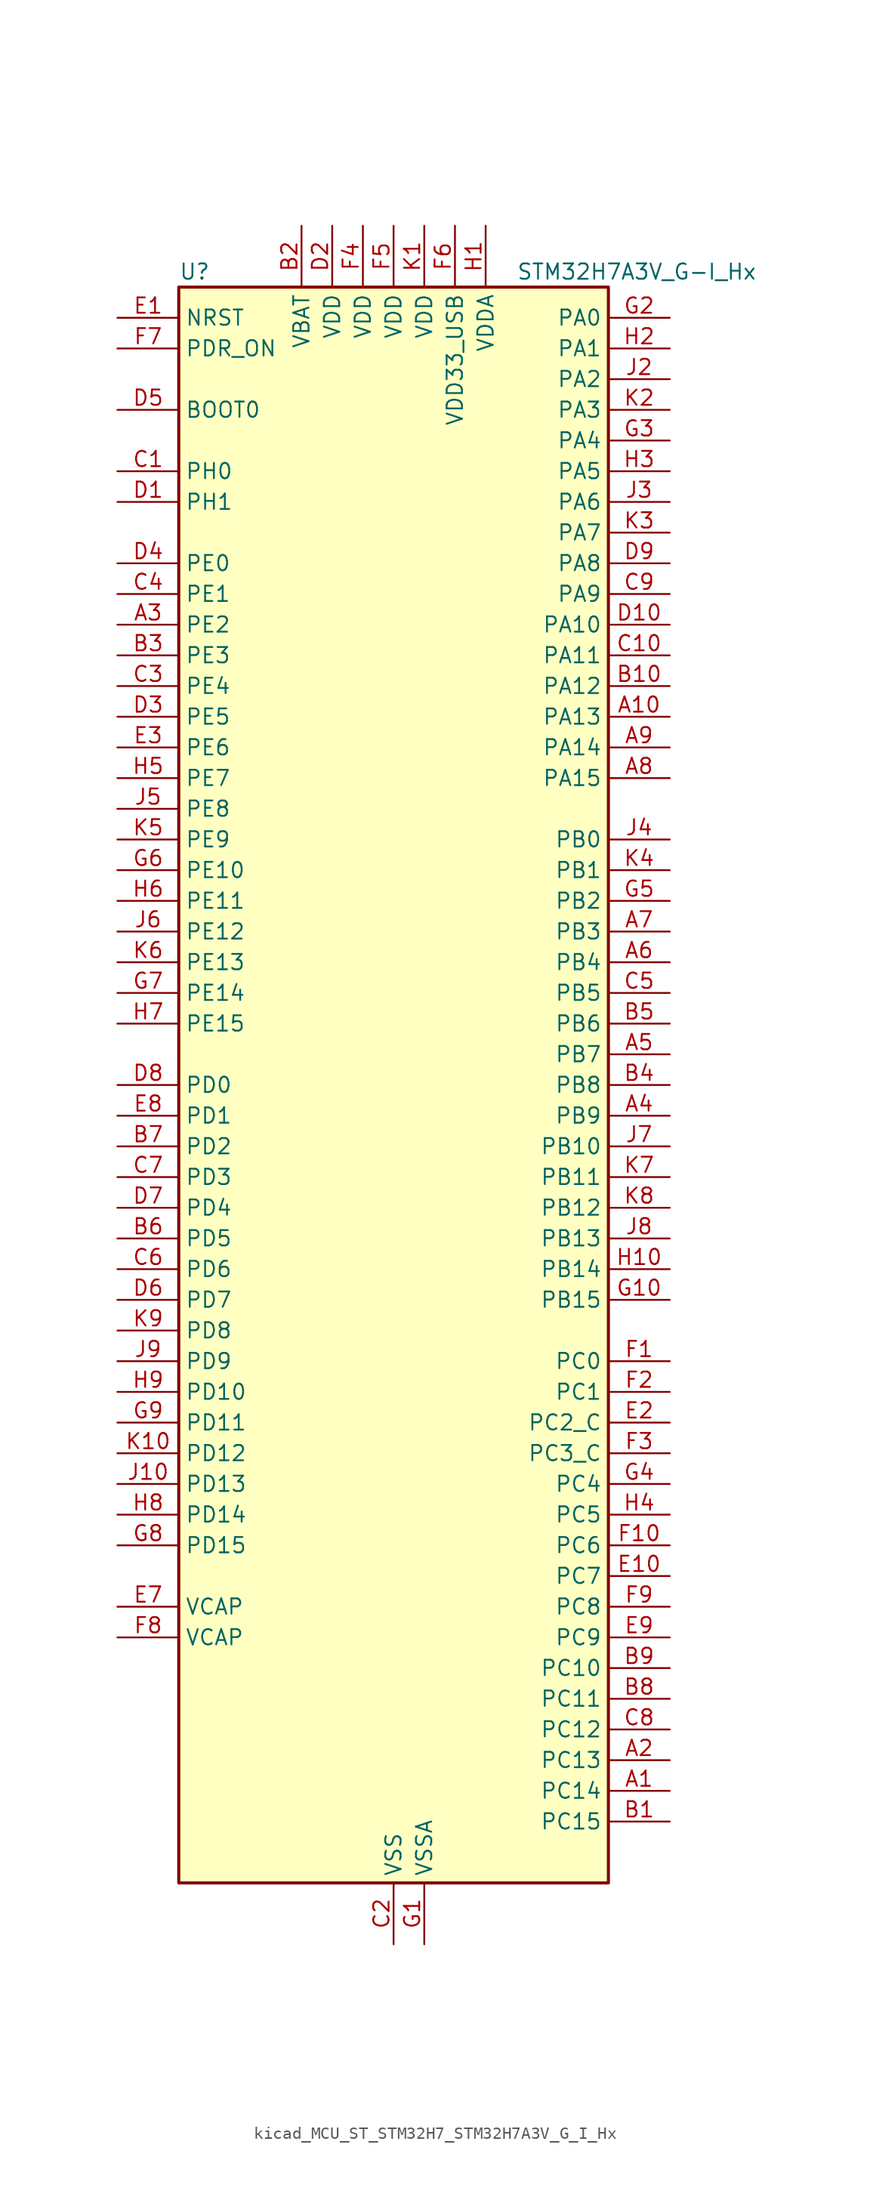
<source format=kicad_sym>
(kicad_symbol_lib
  (version 20220914)
  (generator kicad_symbol_editor)
  (symbol "kicad_MCU_ST_STM32H7_STM32H7A3V_G_I_Hx"
    (property "Reference" "U"
      (at -17.78 67.31 0)
      (effects (font (size 1.27 1.27)) (justify left)))
    (property "Value" "STM32H7A3V_G-I_Hx"
      (at 10.16 67.31 0)
      (effects (font (size 1.27 1.27)) (justify left)))
    (property "ki_locked" ""
      (at 0 0 0)
      (effects (font (size 1.27 1.27))))
    (symbol "kicad_MCU_ST_STM32H7_STM32H7A3V_G_I_Hx_0_1"
      (rectangle (start -17.78 -66.04) (end 17.78 66.04) (stroke (width 0.254) (type default)) (fill (type background))))
    (symbol "kicad_MCU_ST_STM32H7_STM32H7A3V_G_I_Hx_1_1"
      (pin bidirectional line (at 22.86 -58.42 180) (length 5.08) (name "PC14" (effects (font (size 1.27 1.27)))) (number "A1" (effects (font (size 1.27 1.27)))) (alternate "RCC_OSC32_IN" bidirectional line))
      (pin bidirectional line (at 22.86 30.48 180) (length 5.08) (name "PA13" (effects (font (size 1.27 1.27)))) (number "A10" (effects (font (size 1.27 1.27)))) (alternate "DEBUG_JTMS-SWDIO" bidirectional line))
      (pin bidirectional line (at 22.86 -55.88 180) (length 5.08) (name "PC13" (effects (font (size 1.27 1.27)))) (number "A2" (effects (font (size 1.27 1.27)))) (alternate "PWR_WKUP4" bidirectional line) (alternate "RTC_OUT_ALARM" bidirectional line) (alternate "RTC_OUT_CALIB" bidirectional line) (alternate "RTC_TAMP1" bidirectional line) (alternate "RTC_TS" bidirectional line))
      (pin bidirectional line (at -22.86 38.1 0) (length 5.08) (name "PE2" (effects (font (size 1.27 1.27)))) (number "A3" (effects (font (size 1.27 1.27)))) (alternate "DEBUG_TRACECLK" bidirectional line) (alternate "FMC_A23" bidirectional line) (alternate "OCTOSPIM_P1_IO2" bidirectional line) (alternate "SAI1_CK1" bidirectional line) (alternate "SAI1_MCLK_A" bidirectional line) (alternate "SPI4_SCK" bidirectional line) (alternate "USART10_RX" bidirectional line))
      (pin bidirectional line (at 22.86 -2.54 180) (length 5.08) (name "PB9" (effects (font (size 1.27 1.27)))) (number "A4" (effects (font (size 1.27 1.27)))) (alternate "DAC1_EXTI9" bidirectional line) (alternate "DCMI_D7" bidirectional line) (alternate "DFSDM1_DATIN7" bidirectional line) (alternate "FDCAN1_TX" bidirectional line) (alternate "I2C1_SDA" bidirectional line) (alternate "I2C4_SDA" bidirectional line) (alternate "I2C4_SMBA" bidirectional line) (alternate "I2S2_WS" bidirectional line) (alternate "LTDC_B7" bidirectional line) (alternate "PSSI_D7" bidirectional line) (alternate "SDMMC1_CDIR" bidirectional line) (alternate "SDMMC1_D5" bidirectional line) (alternate "SDMMC2_D5" bidirectional line) (alternate "SPI2_NSS" bidirectional line) (alternate "TIM17_CH1" bidirectional line) (alternate "TIM4_CH4" bidirectional line) (alternate "UART4_TX" bidirectional line))
      (pin bidirectional line (at 22.86 2.54 180) (length 5.08) (name "PB7" (effects (font (size 1.27 1.27)))) (number "A5" (effects (font (size 1.27 1.27)))) (alternate "DCMI_VSYNC" bidirectional line) (alternate "DFSDM1_CKIN5" bidirectional line) (alternate "FMC_NL" bidirectional line) (alternate "I2C1_SDA" bidirectional line) (alternate "I2C4_SDA" bidirectional line) (alternate "LPUART1_RX" bidirectional line) (alternate "PSSI_RDY" bidirectional line) (alternate "PWR_PVD_IN" bidirectional line) (alternate "TIM17_CH1N" bidirectional line) (alternate "TIM4_CH2" bidirectional line) (alternate "USART1_RX" bidirectional line))
      (pin bidirectional line (at 22.86 10.16 180) (length 5.08) (name "PB4" (effects (font (size 1.27 1.27)))) (number "A6" (effects (font (size 1.27 1.27)))) (alternate "DEBUG_JTRST" bidirectional line) (alternate "I2S1_SDI" bidirectional line) (alternate "I2S2_WS" bidirectional line) (alternate "I2S3_SDI" bidirectional line) (alternate "I2S6_SDI" bidirectional line) (alternate "SDMMC2_D3" bidirectional line) (alternate "SPI1_MISO" bidirectional line) (alternate "SPI2_NSS" bidirectional line) (alternate "SPI3_MISO" bidirectional line) (alternate "SPI6_MISO" bidirectional line) (alternate "TIM16_BKIN" bidirectional line) (alternate "TIM3_CH1" bidirectional line) (alternate "UART7_TX" bidirectional line))
      (pin bidirectional line (at 22.86 12.7 180) (length 5.08) (name "PB3" (effects (font (size 1.27 1.27)))) (number "A7" (effects (font (size 1.27 1.27)))) (alternate "CRS_SYNC" bidirectional line) (alternate "DEBUG_JTDO-SWO" bidirectional line) (alternate "I2S1_CK" bidirectional line) (alternate "I2S3_CK" bidirectional line) (alternate "I2S6_CK" bidirectional line) (alternate "SDMMC2_D2" bidirectional line) (alternate "SPI1_SCK" bidirectional line) (alternate "SPI3_SCK" bidirectional line) (alternate "SPI6_SCK" bidirectional line) (alternate "TIM2_CH2" bidirectional line) (alternate "UART7_RX" bidirectional line))
      (pin bidirectional line (at 22.86 25.4 180) (length 5.08) (name "PA15" (effects (font (size 1.27 1.27)))) (number "A8" (effects (font (size 1.27 1.27)))) (alternate "ADC1_EXTI15" bidirectional line) (alternate "ADC2_EXTI15" bidirectional line) (alternate "CEC" bidirectional line) (alternate "DEBUG_JTDI" bidirectional line) (alternate "I2S1_WS" bidirectional line) (alternate "I2S3_WS" bidirectional line) (alternate "I2S6_WS" bidirectional line) (alternate "LTDC_B6" bidirectional line) (alternate "LTDC_R3" bidirectional line) (alternate "SPI1_NSS" bidirectional line) (alternate "SPI3_NSS" bidirectional line) (alternate "SPI6_NSS" bidirectional line) (alternate "TIM2_CH1" bidirectional line) (alternate "TIM2_ETR" bidirectional line) (alternate "UART4_DE" bidirectional line) (alternate "UART4_RTS" bidirectional line) (alternate "UART7_TX" bidirectional line))
      (pin bidirectional line (at 22.86 27.94 180) (length 5.08) (name "PA14" (effects (font (size 1.27 1.27)))) (number "A9" (effects (font (size 1.27 1.27)))) (alternate "DEBUG_JTCK-SWCLK" bidirectional line))
      (pin bidirectional line (at 22.86 -60.96 180) (length 5.08) (name "PC15" (effects (font (size 1.27 1.27)))) (number "B1" (effects (font (size 1.27 1.27)))) (alternate "ADC1_EXTI15" bidirectional line) (alternate "ADC2_EXTI15" bidirectional line) (alternate "RCC_OSC32_OUT" bidirectional line))
      (pin bidirectional line (at 22.86 33.02 180) (length 5.08) (name "PA12" (effects (font (size 1.27 1.27)))) (number "B10" (effects (font (size 1.27 1.27)))) (alternate "FDCAN1_TX" bidirectional line) (alternate "I2S2_CK" bidirectional line) (alternate "LPUART1_DE" bidirectional line) (alternate "LPUART1_RTS" bidirectional line) (alternate "LTDC_R5" bidirectional line) (alternate "SAI2_FS_B" bidirectional line) (alternate "SPI2_SCK" bidirectional line) (alternate "TIM1_ETR" bidirectional line) (alternate "UART4_TX" bidirectional line) (alternate "USART1_DE" bidirectional line) (alternate "USART1_RTS" bidirectional line) (alternate "USB_OTG_HS_DP" bidirectional line))
      (pin power_in line (at -7.62 71.12 270) (length 5.08) (name "VBAT" (effects (font (size 1.27 1.27)))) (number "B2" (effects (font (size 1.27 1.27)))))
      (pin bidirectional line (at -22.86 35.56 0) (length 5.08) (name "PE3" (effects (font (size 1.27 1.27)))) (number "B3" (effects (font (size 1.27 1.27)))) (alternate "DEBUG_TRACED0" bidirectional line) (alternate "FMC_A19" bidirectional line) (alternate "SAI1_SD_B" bidirectional line) (alternate "TIM15_BKIN" bidirectional line) (alternate "USART10_TX" bidirectional line))
      (pin bidirectional line (at 22.86 0 180) (length 5.08) (name "PB8" (effects (font (size 1.27 1.27)))) (number "B4" (effects (font (size 1.27 1.27)))) (alternate "DCMI_D6" bidirectional line) (alternate "DFSDM1_CKIN7" bidirectional line) (alternate "FDCAN1_RX" bidirectional line) (alternate "I2C1_SCL" bidirectional line) (alternate "I2C4_SCL" bidirectional line) (alternate "LTDC_B6" bidirectional line) (alternate "PSSI_D6" bidirectional line) (alternate "SDMMC1_CKIN" bidirectional line) (alternate "SDMMC1_D4" bidirectional line) (alternate "SDMMC2_D4" bidirectional line) (alternate "TIM16_CH1" bidirectional line) (alternate "TIM4_CH3" bidirectional line) (alternate "UART4_RX" bidirectional line))
      (pin bidirectional line (at 22.86 5.08 180) (length 5.08) (name "PB6" (effects (font (size 1.27 1.27)))) (number "B5" (effects (font (size 1.27 1.27)))) (alternate "CEC" bidirectional line) (alternate "DCMI_D5" bidirectional line) (alternate "DFSDM1_DATIN5" bidirectional line) (alternate "FDCAN2_TX" bidirectional line) (alternate "FMC_SDNE1" bidirectional line) (alternate "I2C1_SCL" bidirectional line) (alternate "I2C4_SCL" bidirectional line) (alternate "LPUART1_TX" bidirectional line) (alternate "OCTOSPIM_P1_NCS" bidirectional line) (alternate "PSSI_D5" bidirectional line) (alternate "TIM16_CH1N" bidirectional line) (alternate "TIM4_CH1" bidirectional line) (alternate "UART5_TX" bidirectional line) (alternate "USART1_TX" bidirectional line))
      (pin bidirectional line (at -22.86 -12.7 0) (length 5.08) (name "PD5" (effects (font (size 1.27 1.27)))) (number "B6" (effects (font (size 1.27 1.27)))) (alternate "FMC_NWE" bidirectional line) (alternate "OCTOSPIM_P1_IO5" bidirectional line) (alternate "USART2_TX" bidirectional line))
      (pin bidirectional line (at -22.86 -5.08 0) (length 5.08) (name "PD2" (effects (font (size 1.27 1.27)))) (number "B7" (effects (font (size 1.27 1.27)))) (alternate "DCMI_D11" bidirectional line) (alternate "DEBUG_TRACED2" bidirectional line) (alternate "LTDC_B2" bidirectional line) (alternate "LTDC_B7" bidirectional line) (alternate "PSSI_D11" bidirectional line) (alternate "SDMMC1_CMD" bidirectional line) (alternate "TIM15_BKIN" bidirectional line) (alternate "TIM3_ETR" bidirectional line) (alternate "UART5_RX" bidirectional line))
      (pin bidirectional line (at 22.86 -50.8 180) (length 5.08) (name "PC11" (effects (font (size 1.27 1.27)))) (number "B8" (effects (font (size 1.27 1.27)))) (alternate "ADC1_EXTI11" bidirectional line) (alternate "ADC2_EXTI11" bidirectional line) (alternate "DCMI_D4" bidirectional line) (alternate "DFSDM1_DATIN5" bidirectional line) (alternate "DFSDM2_DATIN0" bidirectional line) (alternate "I2S3_SDI" bidirectional line) (alternate "LTDC_B4" bidirectional line) (alternate "OCTOSPIM_P1_NCS" bidirectional line) (alternate "PSSI_D4" bidirectional line) (alternate "SDMMC1_D3" bidirectional line) (alternate "SPI3_MISO" bidirectional line) (alternate "UART4_RX" bidirectional line) (alternate "USART3_RX" bidirectional line))
      (pin bidirectional line (at 22.86 -48.26 180) (length 5.08) (name "PC10" (effects (font (size 1.27 1.27)))) (number "B9" (effects (font (size 1.27 1.27)))) (alternate "DCMI_D8" bidirectional line) (alternate "DFSDM1_CKIN5" bidirectional line) (alternate "DFSDM2_CKIN0" bidirectional line) (alternate "I2S3_CK" bidirectional line) (alternate "LTDC_B1" bidirectional line) (alternate "LTDC_R2" bidirectional line) (alternate "OCTOSPIM_P1_IO1" bidirectional line) (alternate "PSSI_D8" bidirectional line) (alternate "SDMMC1_D2" bidirectional line) (alternate "SPI3_SCK" bidirectional line) (alternate "SWPMI1_RX" bidirectional line) (alternate "UART4_TX" bidirectional line) (alternate "USART3_TX" bidirectional line))
      (pin bidirectional line (at -22.86 50.8 0) (length 5.08) (name "PH0" (effects (font (size 1.27 1.27)))) (number "C1" (effects (font (size 1.27 1.27)))) (alternate "RCC_OSC_IN" bidirectional line))
      (pin bidirectional line (at 22.86 35.56 180) (length 5.08) (name "PA11" (effects (font (size 1.27 1.27)))) (number "C10" (effects (font (size 1.27 1.27)))) (alternate "ADC1_EXTI11" bidirectional line) (alternate "ADC2_EXTI11" bidirectional line) (alternate "FDCAN1_RX" bidirectional line) (alternate "I2S2_WS" bidirectional line) (alternate "LPUART1_CTS" bidirectional line) (alternate "LTDC_R4" bidirectional line) (alternate "SPI2_NSS" bidirectional line) (alternate "TIM1_CH4" bidirectional line) (alternate "UART4_RX" bidirectional line) (alternate "USART1_CTS" bidirectional line) (alternate "USART1_NSS" bidirectional line) (alternate "USB_OTG_HS_DM" bidirectional line))
      (pin power_in line (at 0 -71.12 90) (length 5.08) (name "VSS" (effects (font (size 1.27 1.27)))) (number "C2" (effects (font (size 1.27 1.27)))))
      (pin bidirectional line (at -22.86 33.02 0) (length 5.08) (name "PE4" (effects (font (size 1.27 1.27)))) (number "C3" (effects (font (size 1.27 1.27)))) (alternate "DCMI_D4" bidirectional line) (alternate "DEBUG_TRACED1" bidirectional line) (alternate "DFSDM1_DATIN3" bidirectional line) (alternate "FMC_A20" bidirectional line) (alternate "LTDC_B0" bidirectional line) (alternate "PSSI_D4" bidirectional line) (alternate "SAI1_D2" bidirectional line) (alternate "SAI1_FS_A" bidirectional line) (alternate "SPI4_NSS" bidirectional line) (alternate "TIM15_CH1N" bidirectional line))
      (pin bidirectional line (at -22.86 40.64 0) (length 5.08) (name "PE1" (effects (font (size 1.27 1.27)))) (number "C4" (effects (font (size 1.27 1.27)))) (alternate "DCMI_D3" bidirectional line) (alternate "FMC_NBL1" bidirectional line) (alternate "LPTIM1_IN2" bidirectional line) (alternate "LTDC_R6" bidirectional line) (alternate "PSSI_D3" bidirectional line) (alternate "UART8_TX" bidirectional line))
      (pin bidirectional line (at 22.86 7.62 180) (length 5.08) (name "PB5" (effects (font (size 1.27 1.27)))) (number "C5" (effects (font (size 1.27 1.27)))) (alternate "DCMI_D10" bidirectional line) (alternate "FDCAN2_RX" bidirectional line) (alternate "FMC_SDCKE1" bidirectional line) (alternate "I2C1_SMBA" bidirectional line) (alternate "I2C4_SMBA" bidirectional line) (alternate "I2S1_SDO" bidirectional line) (alternate "I2S3_SDO" bidirectional line) (alternate "I2S6_SDO" bidirectional line) (alternate "LTDC_B5" bidirectional line) (alternate "PSSI_D10" bidirectional line) (alternate "SPI1_MOSI" bidirectional line) (alternate "SPI3_MOSI" bidirectional line) (alternate "SPI6_MOSI" bidirectional line) (alternate "TIM17_BKIN" bidirectional line) (alternate "TIM3_CH2" bidirectional line) (alternate "UART5_RX" bidirectional line) (alternate "USB_OTG_HS_ULPI_D7" bidirectional line))
      (pin bidirectional line (at -22.86 -15.24 0) (length 5.08) (name "PD6" (effects (font (size 1.27 1.27)))) (number "C6" (effects (font (size 1.27 1.27)))) (alternate "DCMI_D10" bidirectional line) (alternate "DFSDM1_CKIN4" bidirectional line) (alternate "DFSDM1_DATIN1" bidirectional line) (alternate "FMC_NWAIT" bidirectional line) (alternate "I2S3_SDO" bidirectional line) (alternate "LTDC_B2" bidirectional line) (alternate "OCTOSPIM_P1_IO6" bidirectional line) (alternate "PSSI_D10" bidirectional line) (alternate "SAI1_D1" bidirectional line) (alternate "SAI1_SD_A" bidirectional line) (alternate "SDMMC2_CK" bidirectional line) (alternate "SPI3_MOSI" bidirectional line) (alternate "USART2_RX" bidirectional line))
      (pin bidirectional line (at -22.86 -7.62 0) (length 5.08) (name "PD3" (effects (font (size 1.27 1.27)))) (number "C7" (effects (font (size 1.27 1.27)))) (alternate "DCMI_D5" bidirectional line) (alternate "DFSDM1_CKOUT" bidirectional line) (alternate "FMC_CLK" bidirectional line) (alternate "I2S2_CK" bidirectional line) (alternate "LTDC_G7" bidirectional line) (alternate "PSSI_D5" bidirectional line) (alternate "SPI2_SCK" bidirectional line) (alternate "USART2_CTS" bidirectional line) (alternate "USART2_NSS" bidirectional line))
      (pin bidirectional line (at 22.86 -53.34 180) (length 5.08) (name "PC12" (effects (font (size 1.27 1.27)))) (number "C8" (effects (font (size 1.27 1.27)))) (alternate "DCMI_D9" bidirectional line) (alternate "DEBUG_TRACED3" bidirectional line) (alternate "DFSDM2_CKOUT" bidirectional line) (alternate "I2S3_SDO" bidirectional line) (alternate "I2S6_CK" bidirectional line) (alternate "LTDC_R6" bidirectional line) (alternate "PSSI_D9" bidirectional line) (alternate "SDMMC1_CK" bidirectional line) (alternate "SPI3_MOSI" bidirectional line) (alternate "SPI6_SCK" bidirectional line) (alternate "TIM15_CH1" bidirectional line) (alternate "UART5_TX" bidirectional line) (alternate "USART3_CK" bidirectional line))
      (pin bidirectional line (at 22.86 40.64 180) (length 5.08) (name "PA9" (effects (font (size 1.27 1.27)))) (number "C9" (effects (font (size 1.27 1.27)))) (alternate "DAC1_EXTI9" bidirectional line) (alternate "DCMI_D0" bidirectional line) (alternate "I2C3_SMBA" bidirectional line) (alternate "I2S2_CK" bidirectional line) (alternate "LPUART1_TX" bidirectional line) (alternate "LTDC_R5" bidirectional line) (alternate "PSSI_D0" bidirectional line) (alternate "SPI2_SCK" bidirectional line) (alternate "TIM1_CH2" bidirectional line) (alternate "USART1_TX" bidirectional line) (alternate "USB_OTG_HS_VBUS" bidirectional line))
      (pin bidirectional line (at -22.86 48.26 0) (length 5.08) (name "PH1" (effects (font (size 1.27 1.27)))) (number "D1" (effects (font (size 1.27 1.27)))) (alternate "RCC_OSC_OUT" bidirectional line))
      (pin bidirectional line (at 22.86 38.1 180) (length 5.08) (name "PA10" (effects (font (size 1.27 1.27)))) (number "D10" (effects (font (size 1.27 1.27)))) (alternate "DCMI_D1" bidirectional line) (alternate "LPUART1_RX" bidirectional line) (alternate "LTDC_B1" bidirectional line) (alternate "LTDC_B4" bidirectional line) (alternate "MDIOS_MDIO" bidirectional line) (alternate "PSSI_D1" bidirectional line) (alternate "TIM1_CH3" bidirectional line) (alternate "USART1_RX" bidirectional line) (alternate "USB_OTG_HS_ID" bidirectional line))
      (pin power_in line (at -5.08 71.12 270) (length 5.08) (name "VDD" (effects (font (size 1.27 1.27)))) (number "D2" (effects (font (size 1.27 1.27)))))
      (pin bidirectional line (at -22.86 30.48 0) (length 5.08) (name "PE5" (effects (font (size 1.27 1.27)))) (number "D3" (effects (font (size 1.27 1.27)))) (alternate "DCMI_D6" bidirectional line) (alternate "DEBUG_TRACED2" bidirectional line) (alternate "DFSDM1_CKIN3" bidirectional line) (alternate "FMC_A21" bidirectional line) (alternate "LTDC_G0" bidirectional line) (alternate "PSSI_D6" bidirectional line) (alternate "SAI1_CK2" bidirectional line) (alternate "SAI1_SCK_A" bidirectional line) (alternate "SPI4_MISO" bidirectional line) (alternate "TIM15_CH1" bidirectional line))
      (pin bidirectional line (at -22.86 43.18 0) (length 5.08) (name "PE0" (effects (font (size 1.27 1.27)))) (number "D4" (effects (font (size 1.27 1.27)))) (alternate "DCMI_D2" bidirectional line) (alternate "FMC_NBL0" bidirectional line) (alternate "LPTIM1_ETR" bidirectional line) (alternate "LPTIM2_ETR" bidirectional line) (alternate "LTDC_R0" bidirectional line) (alternate "PSSI_D2" bidirectional line) (alternate "SAI2_MCLK_A" bidirectional line) (alternate "TIM4_ETR" bidirectional line) (alternate "UART8_RX" bidirectional line))
      (pin input line (at -22.86 55.88 0) (length 5.08) (name "BOOT0" (effects (font (size 1.27 1.27)))) (number "D5" (effects (font (size 1.27 1.27)))))
      (pin bidirectional line (at -22.86 -17.78 0) (length 5.08) (name "PD7" (effects (font (size 1.27 1.27)))) (number "D6" (effects (font (size 1.27 1.27)))) (alternate "DFSDM1_CKIN1" bidirectional line) (alternate "DFSDM1_DATIN4" bidirectional line) (alternate "FMC_NE1" bidirectional line) (alternate "I2S1_SDO" bidirectional line) (alternate "OCTOSPIM_P1_IO7" bidirectional line) (alternate "SDMMC2_CMD" bidirectional line) (alternate "SPDIFRX_IN0" bidirectional line) (alternate "SPI1_MOSI" bidirectional line) (alternate "USART2_CK" bidirectional line))
      (pin bidirectional line (at -22.86 -10.16 0) (length 5.08) (name "PD4" (effects (font (size 1.27 1.27)))) (number "D7" (effects (font (size 1.27 1.27)))) (alternate "FMC_NOE" bidirectional line) (alternate "OCTOSPIM_P1_IO4" bidirectional line) (alternate "USART2_DE" bidirectional line) (alternate "USART2_RTS" bidirectional line))
      (pin bidirectional line (at -22.86 0 0) (length 5.08) (name "PD0" (effects (font (size 1.27 1.27)))) (number "D8" (effects (font (size 1.27 1.27)))) (alternate "DFSDM1_CKIN6" bidirectional line) (alternate "FDCAN1_RX" bidirectional line) (alternate "FMC_D2" bidirectional line) (alternate "FMC_DA2" bidirectional line) (alternate "LTDC_B1" bidirectional line) (alternate "UART4_RX" bidirectional line) (alternate "UART9_CTS" bidirectional line))
      (pin bidirectional line (at 22.86 43.18 180) (length 5.08) (name "PA8" (effects (font (size 1.27 1.27)))) (number "D9" (effects (font (size 1.27 1.27)))) (alternate "I2C3_SCL" bidirectional line) (alternate "LTDC_B3" bidirectional line) (alternate "LTDC_R6" bidirectional line) (alternate "RCC_MCO_1" bidirectional line) (alternate "TIM1_CH1" bidirectional line) (alternate "TIM8_BKIN2" bidirectional line) (alternate "TIM8_BKIN2_COMP1" bidirectional line) (alternate "TIM8_BKIN2_COMP2" bidirectional line) (alternate "UART7_RX" bidirectional line) (alternate "USART1_CK" bidirectional line) (alternate "USB_OTG_HS_SOF" bidirectional line))
      (pin input line (at -22.86 63.5 0) (length 5.08) (name "NRST" (effects (font (size 1.27 1.27)))) (number "E1" (effects (font (size 1.27 1.27)))))
      (pin bidirectional line (at 22.86 -40.64 180) (length 5.08) (name "PC7" (effects (font (size 1.27 1.27)))) (number "E10" (effects (font (size 1.27 1.27)))) (alternate "DCMI_D1" bidirectional line) (alternate "DEBUG_TRGIO" bidirectional line) (alternate "DFSDM1_DATIN3" bidirectional line) (alternate "FMC_NE1" bidirectional line) (alternate "I2S3_MCK" bidirectional line) (alternate "LTDC_G6" bidirectional line) (alternate "PSSI_D1" bidirectional line) (alternate "SDMMC1_D123DIR" bidirectional line) (alternate "SDMMC1_D7" bidirectional line) (alternate "SDMMC2_D7" bidirectional line) (alternate "SWPMI1_TX" bidirectional line) (alternate "TIM3_CH2" bidirectional line) (alternate "TIM8_CH2" bidirectional line) (alternate "USART6_RX" bidirectional line))
      (pin bidirectional line (at 22.86 -27.94 180) (length 5.08) (name "PC2_C" (effects (font (size 1.27 1.27)))) (number "E2" (effects (font (size 1.27 1.27)))) (alternate "ADC2_INN1" bidirectional line) (alternate "ADC2_INP0" bidirectional line) (alternate "DFSDM1_CKIN1" bidirectional line) (alternate "DFSDM1_CKOUT" bidirectional line) (alternate "FMC_SDNE0" bidirectional line) (alternate "I2S2_SDI" bidirectional line) (alternate "OCTOSPIM_P1_IO2" bidirectional line) (alternate "OCTOSPIM_P1_IO5" bidirectional line) (alternate "PWR_CSTOP" bidirectional line) (alternate "SPI2_MISO" bidirectional line) (alternate "USB_OTG_HS_ULPI_DIR" bidirectional line))
      (pin bidirectional line (at -22.86 27.94 0) (length 5.08) (name "PE6" (effects (font (size 1.27 1.27)))) (number "E3" (effects (font (size 1.27 1.27)))) (alternate "DCMI_D7" bidirectional line) (alternate "DEBUG_TRACED3" bidirectional line) (alternate "FMC_A22" bidirectional line) (alternate "LTDC_G1" bidirectional line) (alternate "PSSI_D7" bidirectional line) (alternate "SAI1_D1" bidirectional line) (alternate "SAI1_SD_A" bidirectional line) (alternate "SAI2_MCLK_B" bidirectional line) (alternate "SPI4_MOSI" bidirectional line) (alternate "TIM15_CH2" bidirectional line) (alternate "TIM1_BKIN2" bidirectional line) (alternate "TIM1_BKIN2_COMP1" bidirectional line) (alternate "TIM1_BKIN2_COMP2" bidirectional line))
      (pin passive line (at 0 -71.12 90) (length 5.08) hide (name "VSS" (effects (font (size 1.27 1.27)))) (number "E4" (effects (font (size 1.27 1.27)))))
      (pin passive line (at 0 -71.12 90) (length 5.08) hide (name "VSS" (effects (font (size 1.27 1.27)))) (number "E5" (effects (font (size 1.27 1.27)))))
      (pin passive line (at 0 -71.12 90) (length 5.08) hide (name "VSS" (effects (font (size 1.27 1.27)))) (number "E6" (effects (font (size 1.27 1.27)))))
      (pin power_out line (at -22.86 -43.18 0) (length 5.08) (name "VCAP" (effects (font (size 1.27 1.27)))) (number "E7" (effects (font (size 1.27 1.27)))))
      (pin bidirectional line (at -22.86 -2.54 0) (length 5.08) (name "PD1" (effects (font (size 1.27 1.27)))) (number "E8" (effects (font (size 1.27 1.27)))) (alternate "DFSDM1_DATIN6" bidirectional line) (alternate "FDCAN1_TX" bidirectional line) (alternate "FMC_D3" bidirectional line) (alternate "FMC_DA3" bidirectional line) (alternate "UART4_TX" bidirectional line))
      (pin bidirectional line (at 22.86 -45.72 180) (length 5.08) (name "PC9" (effects (font (size 1.27 1.27)))) (number "E9" (effects (font (size 1.27 1.27)))) (alternate "DAC1_EXTI9" bidirectional line) (alternate "DCMI_D3" bidirectional line) (alternate "I2C3_SDA" bidirectional line) (alternate "I2S_CKIN" bidirectional line) (alternate "LTDC_B2" bidirectional line) (alternate "LTDC_G3" bidirectional line) (alternate "OCTOSPIM_P1_IO0" bidirectional line) (alternate "PSSI_D3" bidirectional line) (alternate "RCC_MCO_2" bidirectional line) (alternate "SDMMC1_D1" bidirectional line) (alternate "SWPMI1_SUSPEND" bidirectional line) (alternate "TIM3_CH4" bidirectional line) (alternate "TIM8_CH4" bidirectional line) (alternate "UART5_CTS" bidirectional line))
      (pin bidirectional line (at 22.86 -22.86 180) (length 5.08) (name "PC0" (effects (font (size 1.27 1.27)))) (number "F1" (effects (font (size 1.27 1.27)))) (alternate "ADC1_INP10" bidirectional line) (alternate "ADC2_INP10" bidirectional line) (alternate "DFSDM1_CKIN0" bidirectional line) (alternate "DFSDM1_DATIN4" bidirectional line) (alternate "FMC_A25" bidirectional line) (alternate "FMC_SDNWE" bidirectional line) (alternate "LTDC_G2" bidirectional line) (alternate "LTDC_R5" bidirectional line) (alternate "SAI2_FS_B" bidirectional line) (alternate "USB_OTG_HS_ULPI_STP" bidirectional line))
      (pin bidirectional line (at 22.86 -38.1 180) (length 5.08) (name "PC6" (effects (font (size 1.27 1.27)))) (number "F10" (effects (font (size 1.27 1.27)))) (alternate "DCMI_D0" bidirectional line) (alternate "DFSDM1_CKIN3" bidirectional line) (alternate "FMC_NWAIT" bidirectional line) (alternate "I2S2_MCK" bidirectional line) (alternate "LTDC_HSYNC" bidirectional line) (alternate "PSSI_D0" bidirectional line) (alternate "SDMMC1_D0DIR" bidirectional line) (alternate "SDMMC1_D6" bidirectional line) (alternate "SDMMC2_D6" bidirectional line) (alternate "SWPMI1_IO" bidirectional line) (alternate "TIM3_CH1" bidirectional line) (alternate "TIM8_CH1" bidirectional line) (alternate "USART6_TX" bidirectional line))
      (pin bidirectional line (at 22.86 -25.4 180) (length 5.08) (name "PC1" (effects (font (size 1.27 1.27)))) (number "F2" (effects (font (size 1.27 1.27)))) (alternate "ADC1_INN10" bidirectional line) (alternate "ADC1_INP11" bidirectional line) (alternate "ADC2_INN10" bidirectional line) (alternate "ADC2_INP11" bidirectional line) (alternate "DEBUG_TRACED0" bidirectional line) (alternate "DFSDM1_CKIN4" bidirectional line) (alternate "DFSDM1_DATIN0" bidirectional line) (alternate "I2S2_SDO" bidirectional line) (alternate "LTDC_G5" bidirectional line) (alternate "MDIOS_MDC" bidirectional line) (alternate "OCTOSPIM_P1_IO4" bidirectional line) (alternate "PWR_WKUP6" bidirectional line) (alternate "RTC_TAMP3" bidirectional line) (alternate "SAI1_D1" bidirectional line) (alternate "SAI1_SD_A" bidirectional line) (alternate "SDMMC2_CK" bidirectional line) (alternate "SPI2_MOSI" bidirectional line))
      (pin bidirectional line (at 22.86 -30.48 180) (length 5.08) (name "PC3_C" (effects (font (size 1.27 1.27)))) (number "F3" (effects (font (size 1.27 1.27)))) (alternate "ADC2_INP1" bidirectional line) (alternate "DFSDM1_DATIN1" bidirectional line) (alternate "FMC_SDCKE0" bidirectional line) (alternate "I2S2_SDO" bidirectional line) (alternate "OCTOSPIM_P1_IO0" bidirectional line) (alternate "OCTOSPIM_P1_IO6" bidirectional line) (alternate "PWR_CSLEEP" bidirectional line) (alternate "SPI2_MOSI" bidirectional line) (alternate "USB_OTG_HS_ULPI_NXT" bidirectional line))
      (pin power_in line (at -2.54 71.12 270) (length 5.08) (name "VDD" (effects (font (size 1.27 1.27)))) (number "F4" (effects (font (size 1.27 1.27)))))
      (pin power_in line (at 0 71.12 270) (length 5.08) (name "VDD" (effects (font (size 1.27 1.27)))) (number "F5" (effects (font (size 1.27 1.27)))))
      (pin power_in line (at 5.08 71.12 270) (length 5.08) (name "VDD33_USB" (effects (font (size 1.27 1.27)))) (number "F6" (effects (font (size 1.27 1.27)))))
      (pin input line (at -22.86 60.96 0) (length 5.08) (name "PDR_ON" (effects (font (size 1.27 1.27)))) (number "F7" (effects (font (size 1.27 1.27)))))
      (pin power_out line (at -22.86 -45.72 0) (length 5.08) (name "VCAP" (effects (font (size 1.27 1.27)))) (number "F8" (effects (font (size 1.27 1.27)))))
      (pin bidirectional line (at 22.86 -43.18 180) (length 5.08) (name "PC8" (effects (font (size 1.27 1.27)))) (number "F9" (effects (font (size 1.27 1.27)))) (alternate "DCMI_D2" bidirectional line) (alternate "DEBUG_TRACED1" bidirectional line) (alternate "FMC_INT" bidirectional line) (alternate "FMC_NCE" bidirectional line) (alternate "FMC_NE2" bidirectional line) (alternate "PSSI_D2" bidirectional line) (alternate "SDMMC1_D0" bidirectional line) (alternate "SWPMI1_RX" bidirectional line) (alternate "TIM3_CH3" bidirectional line) (alternate "TIM8_CH3" bidirectional line) (alternate "UART5_DE" bidirectional line) (alternate "UART5_RTS" bidirectional line) (alternate "USART6_CK" bidirectional line))
      (pin power_in line (at 2.54 -71.12 90) (length 5.08) (name "VSSA" (effects (font (size 1.27 1.27)))) (number "G1" (effects (font (size 1.27 1.27)))))
      (pin bidirectional line (at 22.86 -17.78 180) (length 5.08) (name "PB15" (effects (font (size 1.27 1.27)))) (number "G10" (effects (font (size 1.27 1.27)))) (alternate "ADC1_EXTI15" bidirectional line) (alternate "ADC2_EXTI15" bidirectional line) (alternate "DFSDM1_CKIN2" bidirectional line) (alternate "I2S2_SDO" bidirectional line) (alternate "LTDC_G7" bidirectional line) (alternate "RTC_REFIN" bidirectional line) (alternate "SDMMC2_D1" bidirectional line) (alternate "SPI2_MOSI" bidirectional line) (alternate "TIM12_CH2" bidirectional line) (alternate "TIM1_CH3N" bidirectional line) (alternate "TIM8_CH3N" bidirectional line) (alternate "UART4_CTS" bidirectional line) (alternate "USART1_RX" bidirectional line))
      (pin bidirectional line (at 22.86 63.5 180) (length 5.08) (name "PA0" (effects (font (size 1.27 1.27)))) (number "G2" (effects (font (size 1.27 1.27)))) (alternate "ADC1_INP16" bidirectional line) (alternate "I2S6_WS" bidirectional line) (alternate "PWR_WKUP1" bidirectional line) (alternate "SAI2_SD_B" bidirectional line) (alternate "SDMMC2_CMD" bidirectional line) (alternate "SPI6_NSS" bidirectional line) (alternate "TIM15_BKIN" bidirectional line) (alternate "TIM2_CH1" bidirectional line) (alternate "TIM2_ETR" bidirectional line) (alternate "TIM5_CH1" bidirectional line) (alternate "TIM8_ETR" bidirectional line) (alternate "UART4_TX" bidirectional line) (alternate "USART2_CTS" bidirectional line) (alternate "USART2_NSS" bidirectional line))
      (pin bidirectional line (at 22.86 53.34 180) (length 5.08) (name "PA4" (effects (font (size 1.27 1.27)))) (number "G3" (effects (font (size 1.27 1.27)))) (alternate "ADC1_INP18" bidirectional line) (alternate "DAC1_OUT1" bidirectional line) (alternate "DCMI_HSYNC" bidirectional line) (alternate "I2S1_WS" bidirectional line) (alternate "I2S3_WS" bidirectional line) (alternate "I2S6_WS" bidirectional line) (alternate "LTDC_VSYNC" bidirectional line) (alternate "PSSI_DE" bidirectional line) (alternate "SPI1_NSS" bidirectional line) (alternate "SPI3_NSS" bidirectional line) (alternate "SPI6_NSS" bidirectional line) (alternate "TIM5_ETR" bidirectional line) (alternate "USART2_CK" bidirectional line))
      (pin bidirectional line (at 22.86 -33.02 180) (length 5.08) (name "PC4" (effects (font (size 1.27 1.27)))) (number "G4" (effects (font (size 1.27 1.27)))) (alternate "ADC1_INP4" bidirectional line) (alternate "ADC2_INP4" bidirectional line) (alternate "COMP1_INM" bidirectional line) (alternate "DFSDM1_CKIN2" bidirectional line) (alternate "FMC_SDNE0" bidirectional line) (alternate "I2S1_MCK" bidirectional line) (alternate "LTDC_R7" bidirectional line) (alternate "OPAMP1_VOUT" bidirectional line) (alternate "SPDIFRX_IN2" bidirectional line))
      (pin bidirectional line (at 22.86 15.24 180) (length 5.08) (name "PB2" (effects (font (size 1.27 1.27)))) (number "G5" (effects (font (size 1.27 1.27)))) (alternate "COMP1_INP" bidirectional line) (alternate "DFSDM1_CKIN1" bidirectional line) (alternate "I2S3_SDO" bidirectional line) (alternate "OCTOSPIM_P1_CLK" bidirectional line) (alternate "OCTOSPIM_P1_DQS" bidirectional line) (alternate "RTC_OUT_ALARM" bidirectional line) (alternate "RTC_OUT_CALIB" bidirectional line) (alternate "SAI1_D1" bidirectional line) (alternate "SAI1_SD_A" bidirectional line) (alternate "SPI3_MOSI" bidirectional line))
      (pin bidirectional line (at -22.86 17.78 0) (length 5.08) (name "PE10" (effects (font (size 1.27 1.27)))) (number "G6" (effects (font (size 1.27 1.27)))) (alternate "COMP2_INM" bidirectional line) (alternate "DFSDM1_DATIN4" bidirectional line) (alternate "FMC_D7" bidirectional line) (alternate "FMC_DA7" bidirectional line) (alternate "OCTOSPIM_P1_IO7" bidirectional line) (alternate "TIM1_CH2N" bidirectional line) (alternate "UART7_CTS" bidirectional line))
      (pin bidirectional line (at -22.86 7.62 0) (length 5.08) (name "PE14" (effects (font (size 1.27 1.27)))) (number "G7" (effects (font (size 1.27 1.27)))) (alternate "FMC_D11" bidirectional line) (alternate "FMC_DA11" bidirectional line) (alternate "LTDC_CLK" bidirectional line) (alternate "SAI2_MCLK_B" bidirectional line) (alternate "SPI4_MOSI" bidirectional line) (alternate "TIM1_CH4" bidirectional line))
      (pin bidirectional line (at -22.86 -38.1 0) (length 5.08) (name "PD15" (effects (font (size 1.27 1.27)))) (number "G8" (effects (font (size 1.27 1.27)))) (alternate "ADC1_EXTI15" bidirectional line) (alternate "ADC2_EXTI15" bidirectional line) (alternate "FMC_D1" bidirectional line) (alternate "FMC_DA1" bidirectional line) (alternate "TIM4_CH4" bidirectional line) (alternate "UART8_DE" bidirectional line) (alternate "UART8_RTS" bidirectional line) (alternate "UART9_TX" bidirectional line))
      (pin bidirectional line (at -22.86 -27.94 0) (length 5.08) (name "PD11" (effects (font (size 1.27 1.27)))) (number "G9" (effects (font (size 1.27 1.27)))) (alternate "ADC1_EXTI11" bidirectional line) (alternate "ADC2_EXTI11" bidirectional line) (alternate "FMC_A16" bidirectional line) (alternate "FMC_CLE" bidirectional line) (alternate "I2C4_SMBA" bidirectional line) (alternate "LPTIM2_IN2" bidirectional line) (alternate "OCTOSPIM_P1_IO0" bidirectional line) (alternate "SAI2_SD_A" bidirectional line) (alternate "USART3_CTS" bidirectional line) (alternate "USART3_NSS" bidirectional line))
      (pin power_in line (at 7.62 71.12 270) (length 5.08) (name "VDDA" (effects (font (size 1.27 1.27)))) (number "H1" (effects (font (size 1.27 1.27)))))
      (pin bidirectional line (at 22.86 -15.24 180) (length 5.08) (name "PB14" (effects (font (size 1.27 1.27)))) (number "H10" (effects (font (size 1.27 1.27)))) (alternate "DFSDM1_DATIN2" bidirectional line) (alternate "I2S2_SDI" bidirectional line) (alternate "LTDC_CLK" bidirectional line) (alternate "SDMMC2_D0" bidirectional line) (alternate "SPI2_MISO" bidirectional line) (alternate "TIM12_CH1" bidirectional line) (alternate "TIM1_CH2N" bidirectional line) (alternate "TIM8_CH2N" bidirectional line) (alternate "UART4_DE" bidirectional line) (alternate "UART4_RTS" bidirectional line) (alternate "USART1_TX" bidirectional line) (alternate "USART3_DE" bidirectional line) (alternate "USART3_RTS" bidirectional line))
      (pin bidirectional line (at 22.86 60.96 180) (length 5.08) (name "PA1" (effects (font (size 1.27 1.27)))) (number "H2" (effects (font (size 1.27 1.27)))) (alternate "ADC1_INN16" bidirectional line) (alternate "ADC1_INP17" bidirectional line) (alternate "LPTIM3_OUT" bidirectional line) (alternate "LTDC_R2" bidirectional line) (alternate "OCTOSPIM_P1_DQS" bidirectional line) (alternate "OCTOSPIM_P1_IO3" bidirectional line) (alternate "SAI2_MCLK_B" bidirectional line) (alternate "TIM15_CH1N" bidirectional line) (alternate "TIM2_CH2" bidirectional line) (alternate "TIM5_CH2" bidirectional line) (alternate "UART4_RX" bidirectional line) (alternate "USART2_DE" bidirectional line) (alternate "USART2_RTS" bidirectional line))
      (pin bidirectional line (at 22.86 50.8 180) (length 5.08) (name "PA5" (effects (font (size 1.27 1.27)))) (number "H3" (effects (font (size 1.27 1.27)))) (alternate "ADC1_INN18" bidirectional line) (alternate "ADC1_INP19" bidirectional line) (alternate "DAC1_OUT2" bidirectional line) (alternate "I2S1_CK" bidirectional line) (alternate "I2S6_CK" bidirectional line) (alternate "LTDC_R4" bidirectional line) (alternate "PSSI_D14" bidirectional line) (alternate "PWR_NDSTOP2" bidirectional line) (alternate "SPI1_SCK" bidirectional line) (alternate "SPI6_SCK" bidirectional line) (alternate "TIM2_CH1" bidirectional line) (alternate "TIM2_ETR" bidirectional line) (alternate "TIM8_CH1N" bidirectional line) (alternate "USB_OTG_HS_ULPI_CK" bidirectional line))
      (pin bidirectional line (at 22.86 -35.56 180) (length 5.08) (name "PC5" (effects (font (size 1.27 1.27)))) (number "H4" (effects (font (size 1.27 1.27)))) (alternate "ADC1_INN4" bidirectional line) (alternate "ADC1_INP8" bidirectional line) (alternate "ADC2_INN4" bidirectional line) (alternate "ADC2_INP8" bidirectional line) (alternate "COMP1_OUT" bidirectional line) (alternate "DFSDM1_DATIN2" bidirectional line) (alternate "FMC_SDCKE0" bidirectional line) (alternate "LTDC_DE" bidirectional line) (alternate "OCTOSPIM_P1_DQS" bidirectional line) (alternate "OPAMP1_VINM" bidirectional line) (alternate "PSSI_D15" bidirectional line) (alternate "SAI1_D3" bidirectional line) (alternate "SPDIFRX_IN3" bidirectional line))
      (pin bidirectional line (at -22.86 25.4 0) (length 5.08) (name "PE7" (effects (font (size 1.27 1.27)))) (number "H5" (effects (font (size 1.27 1.27)))) (alternate "COMP2_INM" bidirectional line) (alternate "DFSDM1_DATIN2" bidirectional line) (alternate "FMC_D4" bidirectional line) (alternate "FMC_DA4" bidirectional line) (alternate "OCTOSPIM_P1_IO4" bidirectional line) (alternate "OPAMP2_VOUT" bidirectional line) (alternate "TIM1_ETR" bidirectional line) (alternate "UART7_RX" bidirectional line))
      (pin bidirectional line (at -22.86 15.24 0) (length 5.08) (name "PE11" (effects (font (size 1.27 1.27)))) (number "H6" (effects (font (size 1.27 1.27)))) (alternate "ADC1_EXTI11" bidirectional line) (alternate "ADC2_EXTI11" bidirectional line) (alternate "COMP2_INP" bidirectional line) (alternate "DFSDM1_CKIN4" bidirectional line) (alternate "FMC_D8" bidirectional line) (alternate "FMC_DA8" bidirectional line) (alternate "LTDC_G3" bidirectional line) (alternate "OCTOSPIM_P1_NCS" bidirectional line) (alternate "SAI2_SD_B" bidirectional line) (alternate "SPI4_NSS" bidirectional line) (alternate "TIM1_CH2" bidirectional line))
      (pin bidirectional line (at -22.86 5.08 0) (length 5.08) (name "PE15" (effects (font (size 1.27 1.27)))) (number "H7" (effects (font (size 1.27 1.27)))) (alternate "ADC1_EXTI15" bidirectional line) (alternate "ADC2_EXTI15" bidirectional line) (alternate "FMC_D12" bidirectional line) (alternate "FMC_DA12" bidirectional line) (alternate "LTDC_R7" bidirectional line) (alternate "TIM1_BKIN" bidirectional line) (alternate "TIM1_BKIN_COMP1" bidirectional line) (alternate "TIM1_BKIN_COMP2" bidirectional line) (alternate "USART10_CK" bidirectional line))
      (pin bidirectional line (at -22.86 -35.56 0) (length 5.08) (name "PD14" (effects (font (size 1.27 1.27)))) (number "H8" (effects (font (size 1.27 1.27)))) (alternate "FMC_D0" bidirectional line) (alternate "FMC_DA0" bidirectional line) (alternate "TIM4_CH3" bidirectional line) (alternate "UART8_CTS" bidirectional line) (alternate "UART9_RX" bidirectional line))
      (pin bidirectional line (at -22.86 -25.4 0) (length 5.08) (name "PD10" (effects (font (size 1.27 1.27)))) (number "H9" (effects (font (size 1.27 1.27)))) (alternate "DFSDM1_CKOUT" bidirectional line) (alternate "DFSDM2_CKOUT" bidirectional line) (alternate "FMC_D15" bidirectional line) (alternate "FMC_DA15" bidirectional line) (alternate "LTDC_B3" bidirectional line) (alternate "USART3_CK" bidirectional line))
      (pin passive line (at 0 -71.12 90) (length 5.08) hide (name "VSS" (effects (font (size 1.27 1.27)))) (number "J1" (effects (font (size 1.27 1.27)))))
      (pin bidirectional line (at -22.86 -33.02 0) (length 5.08) (name "PD13" (effects (font (size 1.27 1.27)))) (number "J10" (effects (font (size 1.27 1.27)))) (alternate "DCMI_D13" bidirectional line) (alternate "FMC_A18" bidirectional line) (alternate "I2C4_SDA" bidirectional line) (alternate "LPTIM1_OUT" bidirectional line) (alternate "OCTOSPIM_P1_IO3" bidirectional line) (alternate "PSSI_D13" bidirectional line) (alternate "SAI2_SCK_A" bidirectional line) (alternate "TIM4_CH2" bidirectional line) (alternate "UART9_DE" bidirectional line) (alternate "UART9_RTS" bidirectional line))
      (pin bidirectional line (at 22.86 58.42 180) (length 5.08) (name "PA2" (effects (font (size 1.27 1.27)))) (number "J2" (effects (font (size 1.27 1.27)))) (alternate "ADC1_INP14" bidirectional line) (alternate "DFSDM2_CKIN1" bidirectional line) (alternate "LTDC_R1" bidirectional line) (alternate "MDIOS_MDIO" bidirectional line) (alternate "PWR_WKUP2" bidirectional line) (alternate "SAI2_SCK_B" bidirectional line) (alternate "TIM15_CH1" bidirectional line) (alternate "TIM2_CH3" bidirectional line) (alternate "TIM5_CH3" bidirectional line) (alternate "USART2_TX" bidirectional line))
      (pin bidirectional line (at 22.86 48.26 180) (length 5.08) (name "PA6" (effects (font (size 1.27 1.27)))) (number "J3" (effects (font (size 1.27 1.27)))) (alternate "ADC1_INP3" bidirectional line) (alternate "ADC2_INP3" bidirectional line) (alternate "DAC2_OUT1" bidirectional line) (alternate "DCMI_PIXCLK" bidirectional line) (alternate "I2S1_SDI" bidirectional line) (alternate "I2S6_SDI" bidirectional line) (alternate "LTDC_G2" bidirectional line) (alternate "MDIOS_MDC" bidirectional line) (alternate "OCTOSPIM_P1_IO3" bidirectional line) (alternate "PSSI_PDCK" bidirectional line) (alternate "SPI1_MISO" bidirectional line) (alternate "SPI6_MISO" bidirectional line) (alternate "TIM13_CH1" bidirectional line) (alternate "TIM1_BKIN" bidirectional line) (alternate "TIM1_BKIN_COMP1" bidirectional line) (alternate "TIM1_BKIN_COMP2" bidirectional line) (alternate "TIM3_CH1" bidirectional line) (alternate "TIM8_BKIN" bidirectional line) (alternate "TIM8_BKIN_COMP1" bidirectional line) (alternate "TIM8_BKIN_COMP2" bidirectional line))
      (pin bidirectional line (at 22.86 20.32 180) (length 5.08) (name "PB0" (effects (font (size 1.27 1.27)))) (number "J4" (effects (font (size 1.27 1.27)))) (alternate "ADC1_INN5" bidirectional line) (alternate "ADC1_INP9" bidirectional line) (alternate "ADC2_INN5" bidirectional line) (alternate "ADC2_INP9" bidirectional line) (alternate "COMP1_INP" bidirectional line) (alternate "DFSDM1_CKOUT" bidirectional line) (alternate "DFSDM2_CKOUT" bidirectional line) (alternate "LTDC_G1" bidirectional line) (alternate "LTDC_R3" bidirectional line) (alternate "OCTOSPIM_P1_IO1" bidirectional line) (alternate "OPAMP1_VINP" bidirectional line) (alternate "TIM1_CH2N" bidirectional line) (alternate "TIM3_CH3" bidirectional line) (alternate "TIM8_CH2N" bidirectional line) (alternate "UART4_CTS" bidirectional line) (alternate "USB_OTG_HS_ULPI_D1" bidirectional line))
      (pin bidirectional line (at -22.86 22.86 0) (length 5.08) (name "PE8" (effects (font (size 1.27 1.27)))) (number "J5" (effects (font (size 1.27 1.27)))) (alternate "COMP2_OUT" bidirectional line) (alternate "DFSDM1_CKIN2" bidirectional line) (alternate "FMC_D5" bidirectional line) (alternate "FMC_DA5" bidirectional line) (alternate "OCTOSPIM_P1_IO5" bidirectional line) (alternate "OPAMP2_VINM" bidirectional line) (alternate "TIM1_CH1N" bidirectional line) (alternate "UART7_TX" bidirectional line))
      (pin bidirectional line (at -22.86 12.7 0) (length 5.08) (name "PE12" (effects (font (size 1.27 1.27)))) (number "J6" (effects (font (size 1.27 1.27)))) (alternate "COMP1_OUT" bidirectional line) (alternate "DFSDM1_DATIN5" bidirectional line) (alternate "FMC_D9" bidirectional line) (alternate "FMC_DA9" bidirectional line) (alternate "LTDC_B4" bidirectional line) (alternate "SAI2_SCK_B" bidirectional line) (alternate "SPI4_SCK" bidirectional line) (alternate "TIM1_CH3N" bidirectional line))
      (pin bidirectional line (at 22.86 -5.08 180) (length 5.08) (name "PB10" (effects (font (size 1.27 1.27)))) (number "J7" (effects (font (size 1.27 1.27)))) (alternate "DFSDM1_DATIN7" bidirectional line) (alternate "I2C2_SCL" bidirectional line) (alternate "I2S2_CK" bidirectional line) (alternate "LPTIM2_IN1" bidirectional line) (alternate "LTDC_G4" bidirectional line) (alternate "OCTOSPIM_P1_NCS" bidirectional line) (alternate "SPI2_SCK" bidirectional line) (alternate "TIM2_CH3" bidirectional line) (alternate "USART3_TX" bidirectional line) (alternate "USB_OTG_HS_ULPI_D3" bidirectional line))
      (pin bidirectional line (at 22.86 -12.7 180) (length 5.08) (name "PB13" (effects (font (size 1.27 1.27)))) (number "J8" (effects (font (size 1.27 1.27)))) (alternate "DCMI_D2" bidirectional line) (alternate "DFSDM1_CKIN1" bidirectional line) (alternate "DFSDM2_CKIN1" bidirectional line) (alternate "FDCAN2_TX" bidirectional line) (alternate "I2S2_CK" bidirectional line) (alternate "LPTIM2_OUT" bidirectional line) (alternate "PSSI_D2" bidirectional line) (alternate "SDMMC1_D0" bidirectional line) (alternate "SPI2_SCK" bidirectional line) (alternate "TIM1_CH1N" bidirectional line) (alternate "UART5_TX" bidirectional line) (alternate "USART3_CTS" bidirectional line) (alternate "USART3_NSS" bidirectional line) (alternate "USB_OTG_HS_ULPI_D6" bidirectional line))
      (pin bidirectional line (at -22.86 -22.86 0) (length 5.08) (name "PD9" (effects (font (size 1.27 1.27)))) (number "J9" (effects (font (size 1.27 1.27)))) (alternate "DAC1_EXTI9" bidirectional line) (alternate "DFSDM1_DATIN3" bidirectional line) (alternate "FMC_D14" bidirectional line) (alternate "FMC_DA14" bidirectional line) (alternate "USART3_RX" bidirectional line))
      (pin power_in line (at 2.54 71.12 270) (length 5.08) (name "VDD" (effects (font (size 1.27 1.27)))) (number "K1" (effects (font (size 1.27 1.27)))))
      (pin bidirectional line (at -22.86 -30.48 0) (length 5.08) (name "PD12" (effects (font (size 1.27 1.27)))) (number "K10" (effects (font (size 1.27 1.27)))) (alternate "DCMI_D12" bidirectional line) (alternate "FMC_A17" bidirectional line) (alternate "FMC_ALE" bidirectional line) (alternate "I2C4_SCL" bidirectional line) (alternate "LPTIM1_IN1" bidirectional line) (alternate "LPTIM2_IN1" bidirectional line) (alternate "OCTOSPIM_P1_IO1" bidirectional line) (alternate "PSSI_D12" bidirectional line) (alternate "SAI2_FS_A" bidirectional line) (alternate "TIM4_CH1" bidirectional line) (alternate "USART3_DE" bidirectional line) (alternate "USART3_RTS" bidirectional line))
      (pin bidirectional line (at 22.86 55.88 180) (length 5.08) (name "PA3" (effects (font (size 1.27 1.27)))) (number "K2" (effects (font (size 1.27 1.27)))) (alternate "ADC1_INP15" bidirectional line) (alternate "I2S6_MCK" bidirectional line) (alternate "LTDC_B2" bidirectional line) (alternate "LTDC_B5" bidirectional line) (alternate "OCTOSPIM_P1_CLK" bidirectional line) (alternate "TIM15_CH2" bidirectional line) (alternate "TIM2_CH4" bidirectional line) (alternate "TIM5_CH4" bidirectional line) (alternate "USART2_RX" bidirectional line) (alternate "USB_OTG_HS_ULPI_D0" bidirectional line))
      (pin bidirectional line (at 22.86 45.72 180) (length 5.08) (name "PA7" (effects (font (size 1.27 1.27)))) (number "K3" (effects (font (size 1.27 1.27)))) (alternate "ADC1_INN3" bidirectional line) (alternate "ADC1_INP7" bidirectional line) (alternate "ADC2_INN3" bidirectional line) (alternate "ADC2_INP7" bidirectional line) (alternate "DFSDM2_DATIN1" bidirectional line) (alternate "FMC_SDNWE" bidirectional line) (alternate "I2S1_SDO" bidirectional line) (alternate "I2S6_SDO" bidirectional line) (alternate "LTDC_VSYNC" bidirectional line) (alternate "OCTOSPIM_P1_IO2" bidirectional line) (alternate "OPAMP1_VINM" bidirectional line) (alternate "SPI1_MOSI" bidirectional line) (alternate "SPI6_MOSI" bidirectional line) (alternate "TIM14_CH1" bidirectional line) (alternate "TIM1_CH1N" bidirectional line) (alternate "TIM3_CH2" bidirectional line) (alternate "TIM8_CH1N" bidirectional line))
      (pin bidirectional line (at 22.86 17.78 180) (length 5.08) (name "PB1" (effects (font (size 1.27 1.27)))) (number "K4" (effects (font (size 1.27 1.27)))) (alternate "ADC1_INP5" bidirectional line) (alternate "ADC2_INP5" bidirectional line) (alternate "COMP1_INM" bidirectional line) (alternate "DFSDM1_DATIN1" bidirectional line) (alternate "LTDC_G0" bidirectional line) (alternate "LTDC_R6" bidirectional line) (alternate "OCTOSPIM_P1_IO0" bidirectional line) (alternate "TIM1_CH3N" bidirectional line) (alternate "TIM3_CH4" bidirectional line) (alternate "TIM8_CH3N" bidirectional line) (alternate "USB_OTG_HS_ULPI_D2" bidirectional line))
      (pin bidirectional line (at -22.86 20.32 0) (length 5.08) (name "PE9" (effects (font (size 1.27 1.27)))) (number "K5" (effects (font (size 1.27 1.27)))) (alternate "COMP2_INP" bidirectional line) (alternate "DAC1_EXTI9" bidirectional line) (alternate "DFSDM1_CKOUT" bidirectional line) (alternate "FMC_D6" bidirectional line) (alternate "FMC_DA6" bidirectional line) (alternate "OCTOSPIM_P1_IO6" bidirectional line) (alternate "OPAMP2_VINP" bidirectional line) (alternate "TIM1_CH1" bidirectional line) (alternate "UART7_DE" bidirectional line) (alternate "UART7_RTS" bidirectional line))
      (pin bidirectional line (at -22.86 10.16 0) (length 5.08) (name "PE13" (effects (font (size 1.27 1.27)))) (number "K6" (effects (font (size 1.27 1.27)))) (alternate "COMP2_OUT" bidirectional line) (alternate "DFSDM1_CKIN5" bidirectional line) (alternate "FMC_D10" bidirectional line) (alternate "FMC_DA10" bidirectional line) (alternate "LTDC_DE" bidirectional line) (alternate "SAI2_FS_B" bidirectional line) (alternate "SPI4_MISO" bidirectional line) (alternate "TIM1_CH3" bidirectional line))
      (pin bidirectional line (at 22.86 -7.62 180) (length 5.08) (name "PB11" (effects (font (size 1.27 1.27)))) (number "K7" (effects (font (size 1.27 1.27)))) (alternate "ADC1_EXTI11" bidirectional line) (alternate "ADC2_EXTI11" bidirectional line) (alternate "DFSDM1_CKIN7" bidirectional line) (alternate "I2C2_SDA" bidirectional line) (alternate "LPTIM2_ETR" bidirectional line) (alternate "LTDC_G5" bidirectional line) (alternate "TIM2_CH4" bidirectional line) (alternate "USART3_RX" bidirectional line) (alternate "USB_OTG_HS_ULPI_D4" bidirectional line))
      (pin bidirectional line (at 22.86 -10.16 180) (length 5.08) (name "PB12" (effects (font (size 1.27 1.27)))) (number "K8" (effects (font (size 1.27 1.27)))) (alternate "DFSDM1_DATIN1" bidirectional line) (alternate "DFSDM2_DATIN1" bidirectional line) (alternate "FDCAN2_RX" bidirectional line) (alternate "I2C2_SMBA" bidirectional line) (alternate "I2S2_WS" bidirectional line) (alternate "OCTOSPIM_P1_NCLK" bidirectional line) (alternate "SPI2_NSS" bidirectional line) (alternate "TIM1_BKIN" bidirectional line) (alternate "TIM1_BKIN_COMP1" bidirectional line) (alternate "TIM1_BKIN_COMP2" bidirectional line) (alternate "UART5_RX" bidirectional line) (alternate "USART3_CK" bidirectional line) (alternate "USB_OTG_HS_ULPI_D5" bidirectional line))
      (pin bidirectional line (at -22.86 -20.32 0) (length 5.08) (name "PD8" (effects (font (size 1.27 1.27)))) (number "K9" (effects (font (size 1.27 1.27)))) (alternate "DFSDM1_CKIN3" bidirectional line) (alternate "FMC_D13" bidirectional line) (alternate "FMC_DA13" bidirectional line) (alternate "SPDIFRX_IN1" bidirectional line) (alternate "USART3_TX" bidirectional line)))))
</source>
